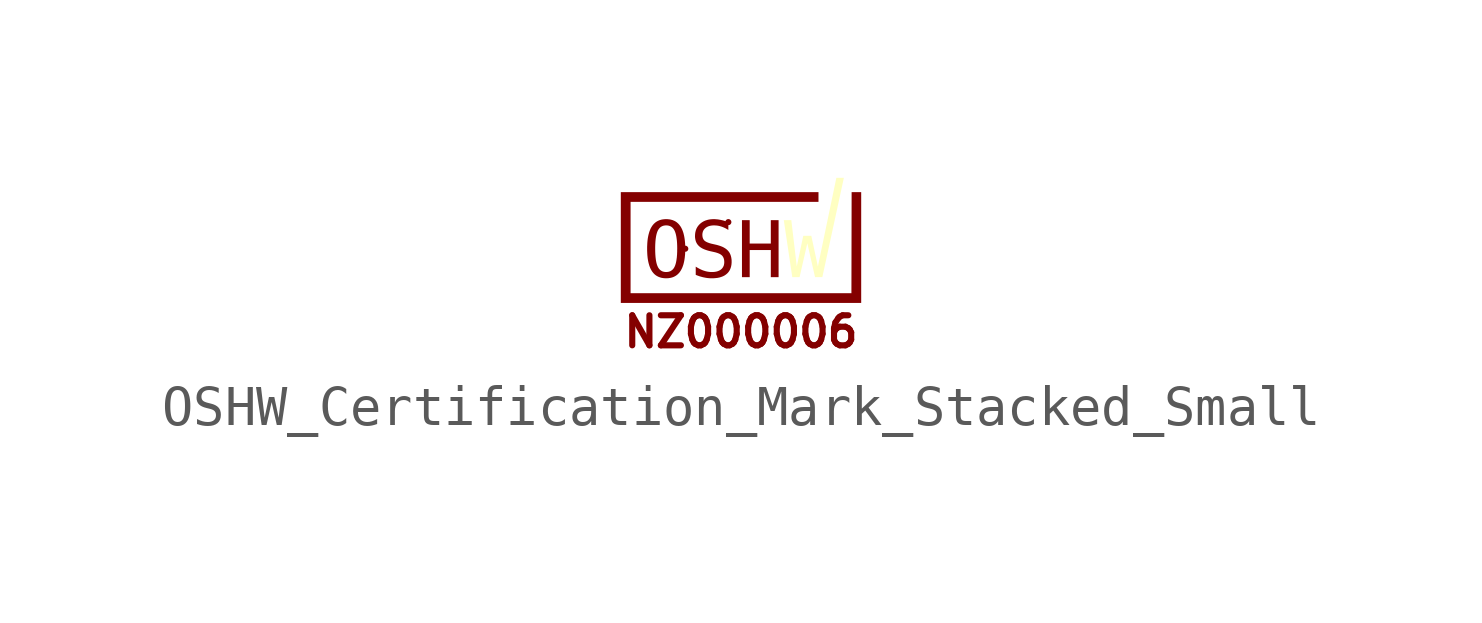
<source format=kicad_sym>
(kicad_symbol_lib
  (version 20241209)
  (generator "kicad_symbol_editor")
  (generator_version "9.0")
  (symbol "OSHW_Certification_Mark_Stacked_Small"
    (property "Reference" "LOGO"
      (at 0 0 0)
      (effects (font (size 1.27 1.27)) (hide yes)))
    (symbol "OSHW_Certification_Mark_Stacked_Small_1_1"
      (polyline (pts (xy -1.838 0.524) (xy -1.809 0.521) (xy -1.782 0.518) (xy -1.755 0.513) (xy -1.729 0.506) (xy -1.704 0.499) (xy -1.681 0.489) (xy -1.658 0.479) (xy -1.636 0.467) (xy -1.615 0.453) (xy -1.595 0.438) (xy -1.576 0.421) (xy -1.558 0.404) (xy -1.541 0.384) (xy -1.525 0.363) (xy -1.509 0.341) (xy -1.495 0.318) (xy -1.482 0.293) (xy -1.469 0.266) (xy -1.458 0.238) (xy -1.447 0.208) (xy -1.437 0.177) (xy -1.429 0.145) (xy -1.421 0.111) (xy -1.414 0.075) (xy -1.408 0.039) (xy -1.403 0.0001) (xy -1.399 -0.04) (xy -1.395 -0.081) (xy -1.393 -0.124) (xy -1.392 -0.168) (xy -1.391 -0.214) (xy -1.392 -0.26) (xy -1.393 -0.304) (xy -1.395 -0.347) (xy -1.399 -0.388) (xy -1.403 -0.428) (xy -1.408 -0.466) (xy -1.414 -0.503) (xy -1.421 -0.539) (xy -1.429 -0.573) (xy -1.437 -0.605) (xy -1.447 -0.636) (xy -1.458 -0.666) (xy -1.469 -0.694) (xy -1.482 -0.72) (xy -1.495 -0.745) (xy -1.509 -0.769) (xy -1.517 -0.78) (xy -1.525 -0.791) (xy -1.532 -0.802) (xy -1.541 -0.812) (xy -1.549 -0.822) (xy -1.558 -0.831) (xy -1.567 -0.84) (xy -1.576 -0.849) (xy -1.585 -0.857) (xy -1.595 -0.865) (xy -1.605 -0.873) (xy -1.615 -0.88) (xy -1.625 -0.887) (xy -1.636 -0.894) (xy -1.647 -0.9) (xy -1.658 -0.906) (xy -1.669 -0.912) (xy -1.681 -0.917) (xy -1.692 -0.922) (xy -1.704 -0.926) (xy -1.717 -0.93) (xy -1.729 -0.934) (xy -1.742 -0.937) (xy -1.755 -0.94) (xy -1.768 -0.943) (xy -1.782 -0.945) (xy -1.809 -0.949) (xy -1.838 -0.951) (xy -1.868 -0.952) (xy -1.897 -0.951) (xy -1.926 -0.949) (xy -1.954 -0.945) (xy -1.981 -0.941) (xy -2.006 -0.934) (xy -2.031 -0.926) (xy -2.055 -0.917) (xy -2.078 -0.906) (xy -2.1 -0.894) (xy -2.121 -0.881) (xy -2.141 -0.866) (xy -2.16 -0.85) (xy -2.178 -0.832) (xy -2.195 -0.812) (xy -2.211 -0.792) (xy -2.226 -0.77) (xy -2.24 -0.746) (xy -2.254 -0.721) (xy -2.266 -0.695) (xy -2.277 -0.667) (xy -2.288 -0.637) (xy -2.297 -0.606) (xy -2.306 -0.574) (xy -2.314 -0.54) (xy -2.321 -0.504) (xy -2.327 -0.468) (xy -2.332 -0.429) (xy -2.336 -0.389) (xy -2.339 -0.348) (xy -2.341 -0.305) (xy -2.343 -0.26) (xy -2.343 -0.214) (xy -2.142 -0.214) (xy -2.141 -0.29) (xy -2.138 -0.359) (xy -2.133 -0.424) (xy -2.126 -0.482) (xy -2.122 -0.509) (xy -2.117 -0.535) (xy -2.112 -0.56) (xy -2.106 -0.583) (xy -2.1 -0.605) (xy -2.093 -0.625) (xy -2.086 -0.644) (xy -2.078 -0.661) (xy -2.07 -0.677) (xy -2.066 -0.685) (xy -2.061 -0.693) (xy -2.056 -0.7) (xy -2.051 -0.707) (xy -2.046 -0.714) (xy -2.041 -0.72) (xy -2.035 -0.726) (xy -2.03 -0.732) (xy -2.024 -0.738) (xy -2.018 -0.743) (xy -2.012 -0.748) (xy -2.006 -0.753) (xy -2 -0.758) (xy -1.993 -0.762) (xy -1.987 -0.766) (xy -1.98 -0.77) (xy -1.973 -0.773) (xy -1.966 -0.777) (xy -1.958 -0.78) (xy -1.951 -0.782) (xy -1.943 -0.785) (xy -1.936 -0.787) (xy -1.928 -0.789) (xy -1.92 -0.791) (xy -1.911 -0.792) (xy -1.903 -0.793) (xy -1.894 -0.794) (xy -1.886 -0.795) (xy -1.868 -0.795) (xy -1.85 -0.795) (xy -1.832 -0.793) (xy -1.816 -0.791) (xy -1.8 -0.787) (xy -1.784 -0.782) (xy -1.769 -0.777) (xy -1.755 -0.77) (xy -1.742 -0.762) (xy -1.729 -0.753) (xy -1.717 -0.743) (xy -1.705 -0.733) (xy -1.694 -0.721) (xy -1.684 -0.708) (xy -1.674 -0.693) (xy -1.665 -0.678) (xy -1.657 -0.662) (xy -1.649 -0.645) (xy -1.642 -0.626) (xy -1.635 -0.605) (xy -1.629 -0.584) (xy -1.623 -0.561) (xy -1.618 -0.536) (xy -1.613 -0.51) (xy -1.609 -0.483) (xy -1.605 -0.454) (xy -1.601 -0.424) (xy -1.599 -0.393) (xy -1.596 -0.36) (xy -1.595 -0.326) (xy -1.593 -0.29) (xy -1.593 -0.253) (xy -1.592 -0.214) (xy -1.593 -0.139) (xy -1.596 -0.069) (xy -1.601 -0.004) (xy -1.609 0.054) (xy -1.613 0.082) (xy -1.618 0.108) (xy -1.623 0.132) (xy -1.629 0.155) (xy -1.635 0.177) (xy -1.642 0.197) (xy -1.649 0.216) (xy -1.657 0.234) (xy -1.665 0.25) (xy -1.67 0.258) (xy -1.674 0.265) (xy -1.679 0.272) (xy -1.684 0.279) (xy -1.689 0.286) (xy -1.694 0.292) (xy -1.7 0.299) (xy -1.705 0.305) (xy -1.711 0.31) (xy -1.717 0.316) (xy -1.723 0.321) (xy -1.729 0.326) (xy -1.735 0.33) (xy -1.742 0.335) (xy -1.748 0.339) (xy -1.755 0.342) (xy -1.762 0.346) (xy -1.769 0.349) (xy -1.777 0.352) (xy -1.784 0.355) (xy -1.792 0.357) (xy -1.8 0.36) (xy -1.808 0.362) (xy -1.816 0.363) (xy -1.824 0.365) (xy -1.832 0.366) (xy -1.841 0.367) (xy -1.85 0.368) (xy -1.868 0.368) (xy -1.886 0.368) (xy -1.903 0.366) (xy -1.92 0.363) (xy -1.936 0.36) (xy -1.951 0.355) (xy -1.966 0.349) (xy -1.98 0.342) (xy -1.993 0.335) (xy -2.006 0.326) (xy -2.018 0.316) (xy -2.03 0.305) (xy -2.041 0.292) (xy -2.051 0.279) (xy -2.061 0.265) (xy -2.07 0.25) (xy -2.078 0.234) (xy -2.086 0.216) (xy -2.093 0.197) (xy -2.1 0.177) (xy -2.106 0.155) (xy -2.112 0.132) (xy -2.117 0.108) (xy -2.122 0.082) (xy -2.126 0.054) (xy -2.13 0.026) (xy -2.133 -0.004) (xy -2.136 -0.036) (xy -2.138 -0.069) (xy -2.14 -0.103) (xy -2.141 -0.139) (xy -2.142 -0.176) (xy -2.142 -0.214) (xy -2.343 -0.214) (xy -2.343 -0.168) (xy -2.341 -0.124) (xy -2.339 -0.081) (xy -2.336 -0.04) (xy -2.332 0.0001) (xy -2.327 0.039) (xy -2.321 0.075) (xy -2.314 0.111) (xy -2.306 0.145) (xy -2.297 0.177) (xy -2.288 0.208) (xy -2.277 0.238) (xy -2.266 0.266) (xy -2.254 0.293) (xy -2.24 0.318) (xy -2.226 0.341) (xy -2.219 0.353) (xy -2.211 0.363) (xy -2.203 0.374) (xy -2.195 0.384) (xy -2.186 0.394) (xy -2.178 0.404) (xy -2.169 0.413) (xy -2.159 0.421) (xy -2.15 0.43) (xy -2.14 0.438) (xy -2.131 0.446) (xy -2.12 0.453) (xy -2.11 0.46) (xy -2.099 0.467) (xy -2.088 0.473) (xy -2.077 0.479) (xy -2.066 0.484) (xy -2.055 0.489) (xy -2.043 0.494) (xy -2.031 0.499) (xy -2.018 0.503) (xy -2.006 0.506) (xy -1.993 0.51) (xy -1.98 0.513) (xy -1.954 0.518) (xy -1.926 0.521) (xy -1.897 0.524) (xy -1.868 0.524)) (stroke (width -0.0001) (type default)) (fill (type outline)))
      (polyline (pts (xy -1.391 -0.214) (xy -1.391 -0.214) (xy -1.391 -0.214)) (stroke (width 0) (type default)) (fill (type outline)))
      (polyline (pts (xy -0.658 0.524) (xy -0.638 0.523) (xy -0.616 0.521) (xy -0.595 0.519) (xy -0.573 0.517) (xy -0.551 0.513) (xy -0.529 0.509) (xy -0.507 0.505) (xy -0.484 0.5) (xy -0.461 0.495) (xy -0.437 0.489) (xy -0.414 0.482) (xy -0.39 0.475) (xy -0.365 0.467) (xy -0.341 0.459) (xy -0.316 0.45) (xy -0.316 0.254) (xy -0.338 0.268) (xy -0.36 0.281) (xy -0.382 0.293) (xy -0.404 0.304) (xy -0.426 0.314) (xy -0.448 0.323) (xy -0.47 0.332) (xy -0.492 0.339) (xy -0.514 0.346) (xy -0.536 0.352) (xy -0.558 0.357) (xy -0.58 0.361) (xy -0.603 0.364) (xy -0.625 0.366) (xy -0.647 0.367) (xy -0.67 0.368) (xy -0.686 0.368) (xy -0.703 0.367) (xy -0.719 0.366) (xy -0.734 0.364) (xy -0.749 0.362) (xy -0.764 0.359) (xy -0.778 0.356) (xy -0.791 0.352) (xy -0.805 0.348) (xy -0.818 0.343) (xy -0.83 0.338) (xy -0.842 0.332) (xy -0.853 0.326) (xy -0.864 0.319) (xy -0.875 0.312) (xy -0.885 0.304) (xy -0.894 0.296) (xy -0.903 0.287) (xy -0.912 0.279) (xy -0.919 0.27) (xy -0.927 0.26) (xy -0.933 0.251) (xy -0.939 0.24) (xy -0.944 0.23) (xy -0.949 0.219) (xy -0.953 0.208) (xy -0.956 0.196) (xy -0.959 0.184) (xy -0.961 0.172) (xy -0.963 0.16) (xy -0.964 0.147) (xy -0.964 0.133) (xy -0.964 0.122) (xy -0.963 0.111) (xy -0.962 0.1) (xy -0.961 0.089) (xy -0.959 0.079) (xy -0.957 0.069) (xy -0.954 0.059) (xy -0.951 0.05) (xy -0.948 0.041) (xy -0.944 0.033) (xy -0.94 0.025) (xy -0.935 0.017) (xy -0.93 0.01) (xy -0.925 0.003) (xy -0.919 -0.004) (xy -0.913 -0.011) (xy -0.906 -0.017) (xy -0.898 -0.023) (xy -0.89 -0.029) (xy -0.881 -0.034) (xy -0.871 -0.04) (xy -0.861 -0.045) (xy -0.85 -0.051) (xy -0.838 -0.056) (xy -0.825 -0.061) (xy -0.812 -0.066) (xy -0.798 -0.071) (xy -0.784 -0.076) (xy -0.768 -0.08) (xy -0.752 -0.085) (xy -0.736 -0.089) (xy -0.718 -0.093) (xy -0.617 -0.116) (xy -0.593 -0.122) (xy -0.569 -0.129) (xy -0.546 -0.136) (xy -0.524 -0.143) (xy -0.503 -0.151) (xy -0.482 -0.159) (xy -0.463 -0.167) (xy -0.444 -0.176) (xy -0.426 -0.186) (xy -0.409 -0.196) (xy -0.393 -0.206) (xy -0.378 -0.216) (xy -0.364 -0.227) (xy -0.35 -0.239) (xy -0.337 -0.251) (xy -0.326 -0.263) (xy -0.315 -0.276) (xy -0.304 -0.289) (xy -0.294 -0.303) (xy -0.285 -0.318) (xy -0.277 -0.333) (xy -0.27 -0.348) (xy -0.263 -0.364) (xy -0.257 -0.381) (xy -0.252 -0.399) (xy -0.247 -0.416) (xy -0.243 -0.435) (xy -0.24 -0.454) (xy -0.237 -0.473) (xy -0.235 -0.494) (xy -0.234 -0.514) (xy -0.234 -0.536) (xy -0.234 -0.561) (xy -0.236 -0.585) (xy -0.238 -0.608) (xy -0.242 -0.631) (xy -0.246 -0.653) (xy -0.252 -0.674) (xy -0.258 -0.695) (xy -0.266 -0.715) (xy -0.274 -0.734) (xy -0.283 -0.752) (xy -0.293 -0.769) (xy -0.305 -0.786) (xy -0.317 -0.802) (xy -0.33 -0.817) (xy -0.345 -0.832) (xy -0.36 -0.845) (xy -0.376 -0.858) (xy -0.393 -0.87) (xy -0.411 -0.882) (xy -0.43 -0.892) (xy -0.45 -0.902) (xy -0.47 -0.91) (xy -0.492 -0.918) (xy -0.514 -0.925) (xy -0.537 -0.932) (xy -0.562 -0.937) (xy -0.587 -0.942) (xy -0.613 -0.945) (xy -0.64 -0.948) (xy -0.667 -0.95) (xy -0.696 -0.952) (xy -0.726 -0.952) (xy -0.751 -0.952) (xy -0.776 -0.951) (xy -0.801 -0.949) (xy -0.826 -0.947) (xy -0.851 -0.944) (xy -0.876 -0.94) (xy -0.902 -0.935) (xy -0.927 -0.93) (xy -0.952 -0.925) (xy -0.977 -0.918) (xy -1.003 -0.911) (xy -1.028 -0.904) (xy -1.054 -0.895) (xy -1.079 -0.886) (xy -1.104 -0.877) (xy -1.13 -0.866) (xy -1.13 -0.661) (xy -1.103 -0.678) (xy -1.076 -0.694) (xy -1.049 -0.708) (xy -1.023 -0.722) (xy -0.998 -0.734) (xy -0.972 -0.745) (xy -0.948 -0.755) (xy -0.923 -0.763) (xy -0.898 -0.771) (xy -0.874 -0.778) (xy -0.849 -0.783) (xy -0.825 -0.788) (xy -0.8 -0.791) (xy -0.775 -0.794) (xy -0.751 -0.795) (xy -0.726 -0.796) (xy -0.708 -0.795) (xy -0.69 -0.795) (xy -0.673 -0.793) (xy -0.657 -0.792) (xy -0.641 -0.789) (xy -0.625 -0.787) (xy -0.611 -0.783) (xy -0.596 -0.78) (xy -0.582 -0.775) (xy -0.569 -0.77) (xy -0.556 -0.765) (xy -0.543 -0.759) (xy -0.532 -0.753) (xy -0.52 -0.746) (xy -0.509 -0.739) (xy -0.499 -0.731) (xy -0.489 -0.723) (xy -0.48 -0.714) (xy -0.471 -0.705) (xy -0.464 -0.695) (xy -0.456 -0.685) (xy -0.45 -0.674) (xy -0.444 -0.664) (xy -0.438 -0.652) (xy -0.433 -0.641) (xy -0.429 -0.629) (xy -0.426 -0.616) (xy -0.423 -0.603) (xy -0.421 -0.59) (xy -0.419 -0.577) (xy -0.418 -0.562) (xy -0.418 -0.548) (xy -0.418 -0.535) (xy -0.419 -0.522) (xy -0.42 -0.51) (xy -0.421 -0.498) (xy -0.423 -0.486) (xy -0.426 -0.475) (xy -0.429 -0.464) (xy -0.432 -0.454) (xy -0.436 -0.444) (xy -0.44 -0.434) (xy -0.445 -0.425) (xy -0.45 -0.416) (xy -0.455 -0.408) (xy -0.461 -0.4) (xy -0.467 -0.392) (xy -0.474 -0.385) (xy -0.481 -0.378) (xy -0.489 -0.371) (xy -0.498 -0.365) (xy -0.507 -0.358) (xy -0.517 -0.352) (xy -0.527 -0.346) (xy -0.538 -0.341) (xy -0.55 -0.335) (xy -0.563 -0.33) (xy -0.576 -0.325) (xy -0.589 -0.32) (xy -0.604 -0.315) (xy -0.619 -0.311) (xy -0.634 -0.306) (xy -0.651 -0.302) (xy -0.668 -0.298) (xy -0.771 -0.275) (xy -0.795 -0.269) (xy -0.818 -0.263) (xy -0.841 -0.256) (xy -0.863 -0.249) (xy -0.884 -0.242) (xy -0.904 -0.234) (xy -0.923 -0.227) (xy -0.942 -0.218) (xy -0.959 -0.21) (xy -0.976 -0.201) (xy -0.992 -0.191) (xy -1.007 -0.182) (xy -1.021 -0.172) (xy -1.034 -0.161) (xy -1.047 -0.15) (xy -1.058 -0.139) (xy -1.069 -0.128) (xy -1.079 -0.116) (xy -1.089 -0.103) (xy -1.098 -0.09) (xy -1.106 -0.076) (xy -1.113 -0.063) (xy -1.12 -0.048) (xy -1.126 -0.033) (xy -1.131 -0.018) (xy -1.135 -0.002) (xy -1.139 0.015) (xy -1.142 0.032) (xy -1.145 0.049) (xy -1.147 0.067) (xy -1.148 0.085) (xy -1.148 0.104) (xy -1.147 0.127) (xy -1.146 0.15) (xy -1.143 0.173) (xy -1.14 0.194) (xy -1.135 0.215) (xy -1.13 0.236) (xy -1.123 0.256) (xy -1.116 0.275) (xy -1.108 0.294) (xy -1.098 0.312) (xy -1.088 0.33) (xy -1.076 0.347) (xy -1.064 0.363) (xy -1.05 0.379) (xy -1.036 0.394) (xy -1.02 0.409) (xy -1.004 0.423) (xy -0.987 0.436) (xy -0.969 0.448) (xy -0.951 0.459) (xy -0.932 0.47) (xy -0.912 0.479) (xy -0.892 0.488) (xy -0.871 0.495) (xy -0.849 0.502) (xy -0.827 0.508) (xy -0.804 0.513) (xy -0.78 0.517) (xy -0.756 0.52) (xy -0.731 0.522) (xy -0.705 0.524) (xy -0.679 0.524)) (stroke (width -0.0001) (type default)) (fill (type outline)))
      (polyline (pts (xy -0.316 0.45) (xy -0.316 0.45) (xy -0.316 0.45)) (stroke (width 0) (type default)) (fill (type outline)))
      (polyline (pts (xy 0.217 -0.085) (xy 0.744 -0.085) (xy 0.744 0.499) (xy 0.938 0.499) (xy 0.938 -0.924) (xy 0.744 -0.924) (xy 0.744 -0.247) (xy 0.217 -0.247) (xy 0.217 -0.924) (xy 0.024 -0.924) (xy 0.024 0.499) (xy 0.217 0.499)) (stroke (width -0.0001) (type default)) (fill (type outline)))
      (polyline (pts (xy 2.03 -0.924) (xy 1.848 -0.924) (xy 1.655 -0.079) (xy 1.462 -0.924) (xy 1.28 -0.924) (xy 1.068 0.499) (xy 1.256 0.499) (xy 1.392 -0.656) (xy 1.554 0.108) (xy 1.755 0.108) (xy 1.919 -0.658) (xy 2.38 1.556) (xy 2.568 1.556)) (stroke (width -0.0001) (type default)) (fill (type background)))
      (polyline (pts (xy 3 -1.568) (xy -3 -1.568) (xy -3 1.199) (xy -3 1.199) (xy 1.934 1.199) (xy 1.934 0.955) (xy -2.756 0.955) (xy -2.756 -1.324) (xy 2.756 -1.324) (xy 2.761 1.199) (xy 3 1.199)) (stroke (width -0.0001) (type default)) (fill (type outline)))
      (text "NZ000006" (at 0 -2.286 0) (effects (font (face "KiCad Font") (size 0.75 0.75)))))))
</source>
